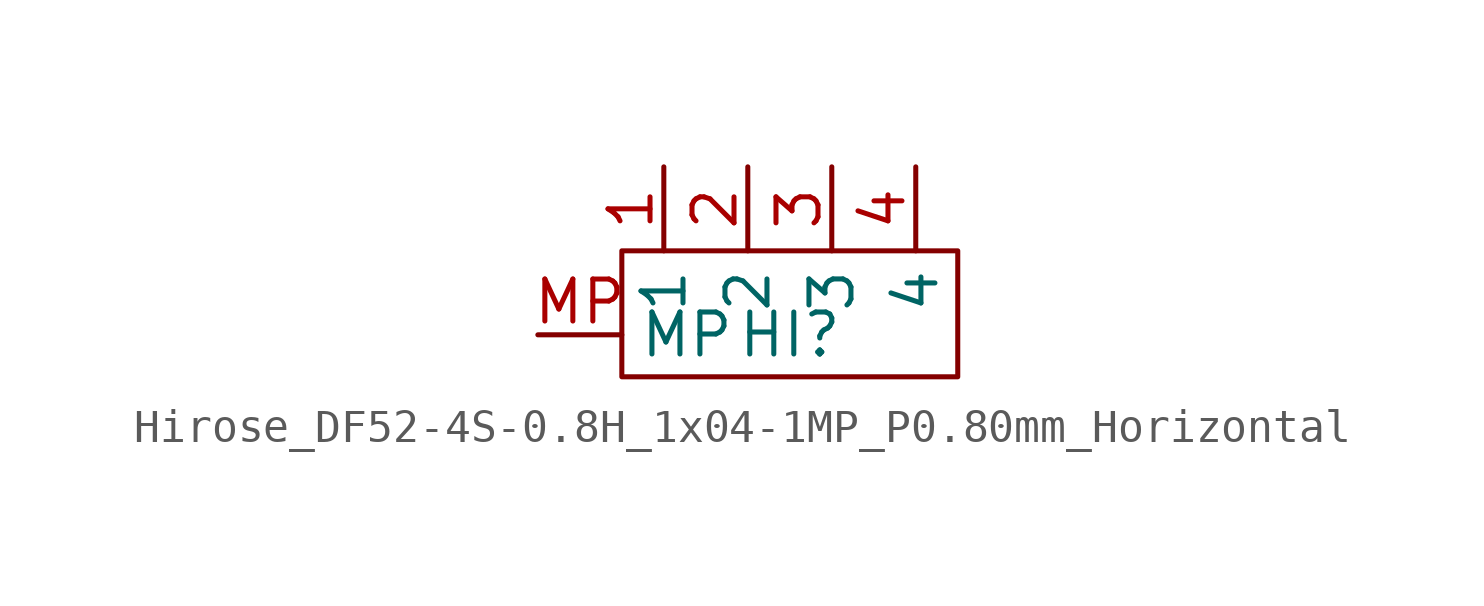
<source format=kicad_sym>
(kicad_symbol_lib
  (version 20220914)
  (generator kicad_symbol_editor)
  (symbol "Hirose_DF52-4S-0.8H_1x04-1MP_P0.80mm_Horizontal"
    (property "Reference" "HI"
      (at -1.27 -1.27 0)
      (effects (font (size 1.27 1.27))))
    (property "Value" ""
      (at 0 0 0)
      (effects (font (size 1.27 1.27))))
    (symbol "Hirose_DF52-4S-0.8H_1x04-1MP_P0.80mm_Horizontal_0_1"
      (rectangle (start -6.35 1.27) (end 3.81 -2.54) (stroke (width 0) (type default)) (fill (type none))))
    (symbol "Hirose_DF52-4S-0.8H_1x04-1MP_P0.80mm_Horizontal_1_1"
      (pin input line (at -5.08 3.81 270) (length 2.54) (name "1" (effects (font (size 1.27 1.27)))) (number "1" (effects (font (size 1.27 1.27)))))
      (pin input line (at -2.54 3.81 270) (length 2.54) (name "2" (effects (font (size 1.27 1.27)))) (number "2" (effects (font (size 1.27 1.27)))))
      (pin input line (at 0 3.81 270) (length 2.54) (name "3" (effects (font (size 1.27 1.27)))) (number "3" (effects (font (size 1.27 1.27)))))
      (pin input line (at 2.54 3.81 270) (length 2.54) (name "4" (effects (font (size 1.27 1.27)))) (number "4" (effects (font (size 1.27 1.27)))))
      (pin input line (at -8.89 -1.27 0) (length 2.54) (name "MP" (effects (font (size 1.27 1.27)))) (number "MP" (effects (font (size 1.27 1.27))))))))
</source>
